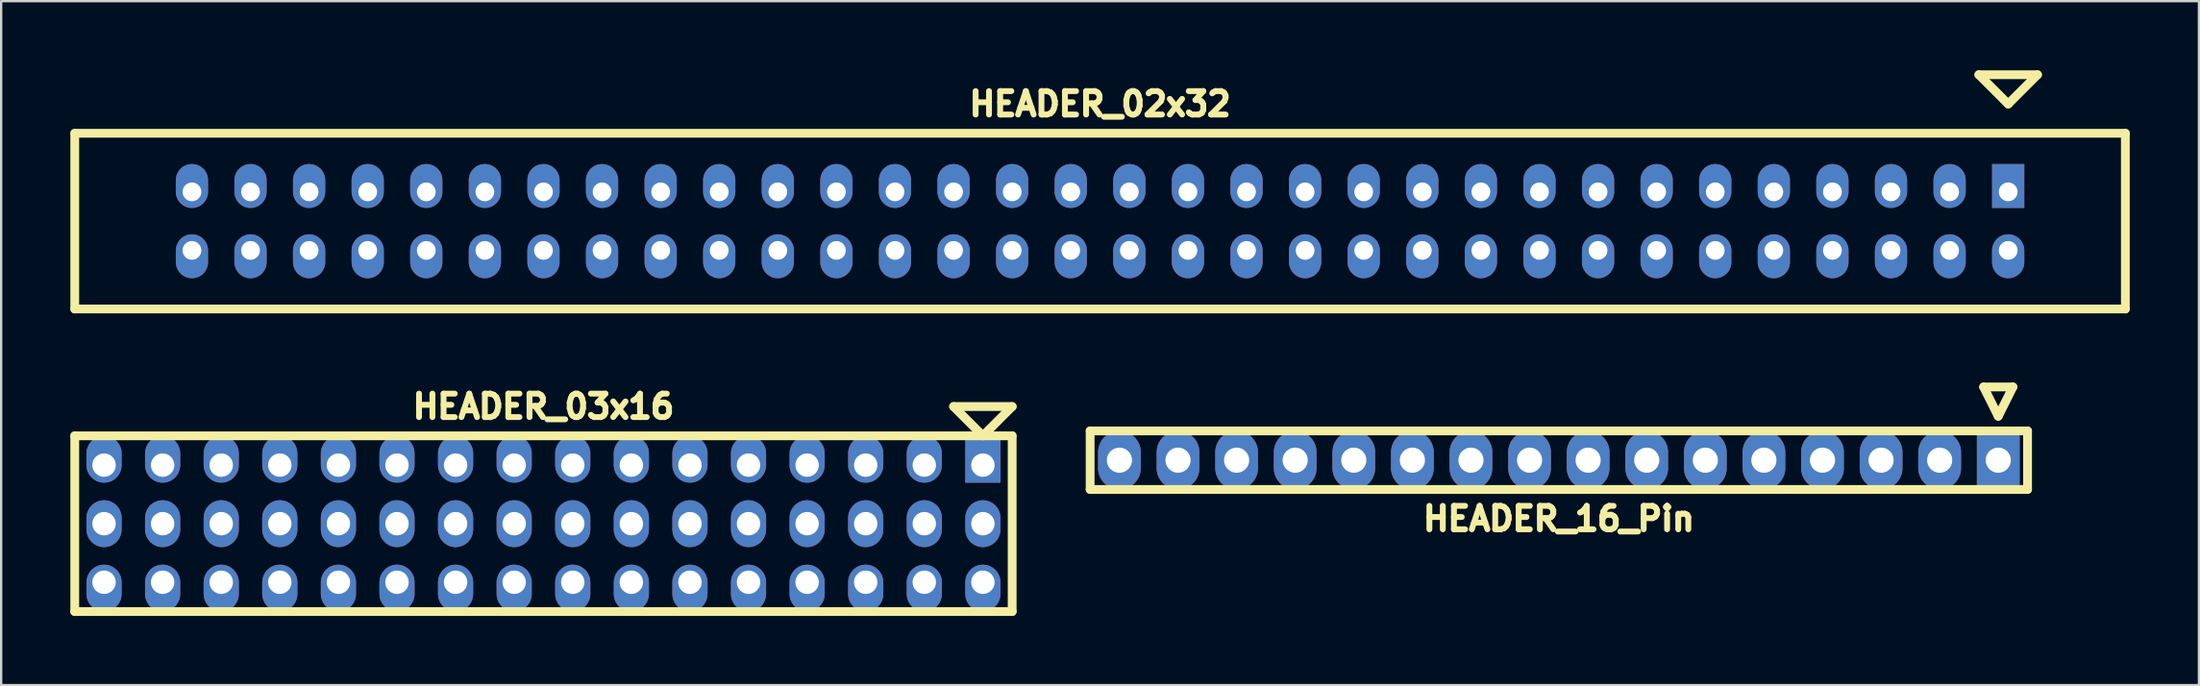
<source format=kicad_pcb>
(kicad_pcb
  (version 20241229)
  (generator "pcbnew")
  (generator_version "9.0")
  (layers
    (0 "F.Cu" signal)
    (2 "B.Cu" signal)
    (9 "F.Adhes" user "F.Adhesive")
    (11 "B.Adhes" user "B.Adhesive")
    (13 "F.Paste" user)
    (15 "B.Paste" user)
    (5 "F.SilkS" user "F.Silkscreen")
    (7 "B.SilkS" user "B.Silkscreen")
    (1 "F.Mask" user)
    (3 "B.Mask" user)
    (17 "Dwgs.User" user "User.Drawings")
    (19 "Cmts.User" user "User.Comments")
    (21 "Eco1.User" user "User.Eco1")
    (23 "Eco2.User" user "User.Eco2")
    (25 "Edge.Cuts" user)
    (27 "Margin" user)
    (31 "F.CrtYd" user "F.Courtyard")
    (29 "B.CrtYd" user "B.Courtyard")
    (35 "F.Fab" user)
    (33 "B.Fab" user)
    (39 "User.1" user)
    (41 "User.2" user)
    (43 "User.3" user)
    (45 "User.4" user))
  (footprint "HEADER_02x32"
    (layer "F.Cu")
    (at 44.641 6.54)
    (property "Reference" "HEADER_02x32" (at 0 -5.08 0) (layer "F.SilkS") (effects (font (size 1.016 1.016) (thickness 0.254))))
    (property "Value" "${VALUE}" (at 0 5.08 0) (layer "F.SilkS") (hide yes) (effects (font (size 1.016 1.016) (thickness 0.254))))
    (attr through_hole)
    (fp_line (start -44.45 -3.81) (end -44.45 3.81) (stroke (width 0.381) (type solid)) (layer "F.SilkS"))
    (fp_line (start -44.45 3.81) (end 44.45 3.81) (stroke (width 0.381) (type solid)) (layer "F.SilkS"))
    (fp_line (start 38.1 -6.35) (end 40.64 -6.35) (stroke (width 0.381) (type solid)) (layer "F.SilkS"))
    (fp_line (start 39.37 -5.08) (end 38.1 -6.35) (stroke (width 0.381) (type solid)) (layer "F.SilkS"))
    (fp_line (start 40.64 -6.35) (end 39.37 -5.08) (stroke (width 0.381) (type solid)) (layer "F.SilkS"))
    (fp_line (start 44.45 -3.81) (end -44.45 -3.81) (stroke (width 0.381) (type solid)) (layer "F.SilkS"))
    (fp_line (start 44.45 3.81) (end 44.45 -3.81) (stroke (width 0.381) (type solid)) (layer "F.SilkS"))
    (pad "1" thru_hole rect (at 39.37 -1.27) (size 1.397 1.905) (drill 0.813 (offset 0 -0.254)) (layers "*.Cu" "*.Mask"))
    (pad "2" thru_hole oval (at 39.37 1.27) (size 1.397 1.905) (drill 0.813 (offset 0 0.254)) (layers "*.Cu" "*.Mask"))
    (pad "3" thru_hole oval (at 36.83 -1.27) (size 1.397 1.905) (drill 0.813 (offset 0 -0.254)) (layers "*.Cu" "*.Mask"))
    (pad "4" thru_hole oval (at 36.83 1.27) (size 1.397 1.905) (drill 0.813 (offset 0 0.254)) (layers "*.Cu" "*.Mask"))
    (pad "5" thru_hole oval (at 34.29 -1.27) (size 1.397 1.905) (drill 0.813 (offset 0 -0.254)) (layers "*.Cu" "*.Mask"))
    (pad "6" thru_hole oval (at 34.29 1.27) (size 1.397 1.905) (drill 0.813 (offset 0 0.254)) (layers "*.Cu" "*.Mask"))
    (pad "7" thru_hole oval (at 31.75 -1.27) (size 1.397 1.905) (drill 0.813 (offset 0 -0.254)) (layers "*.Cu" "*.Mask"))
    (pad "8" thru_hole oval (at 31.75 1.27) (size 1.397 1.905) (drill 0.813 (offset 0 0.254)) (layers "*.Cu" "*.Mask"))
    (pad "9" thru_hole oval (at 29.21 -1.27) (size 1.397 1.905) (drill 0.813 (offset 0 -0.254)) (layers "*.Cu" "*.Mask"))
    (pad "10" thru_hole oval (at 29.21 1.27) (size 1.397 1.905) (drill 0.813 (offset 0 0.254)) (layers "*.Cu" "*.Mask"))
    (pad "11" thru_hole oval (at 26.67 -1.27) (size 1.397 1.905) (drill 0.813 (offset 0 -0.254)) (layers "*.Cu" "*.Mask"))
    (pad "12" thru_hole oval (at 26.67 1.27) (size 1.397 1.905) (drill 0.813 (offset 0 0.254)) (layers "*.Cu" "*.Mask"))
    (pad "13" thru_hole oval (at 24.13 -1.27) (size 1.397 1.905) (drill 0.813 (offset 0 -0.254)) (layers "*.Cu" "*.Mask"))
    (pad "14" thru_hole oval (at 24.13 1.27) (size 1.397 1.905) (drill 0.813 (offset 0 0.254)) (layers "*.Cu" "*.Mask"))
    (pad "15" thru_hole oval (at 21.59 -1.27) (size 1.397 1.905) (drill 0.813 (offset 0 -0.254)) (layers "*.Cu" "*.Mask"))
    (pad "16" thru_hole oval (at 21.59 1.27) (size 1.397 1.905) (drill 0.813 (offset 0 0.254)) (layers "*.Cu" "*.Mask"))
    (pad "17" thru_hole oval (at 19.05 -1.27) (size 1.397 1.905) (drill 0.813 (offset 0 -0.254)) (layers "*.Cu" "*.Mask"))
    (pad "18" thru_hole oval (at 19.05 1.27) (size 1.397 1.905) (drill 0.813 (offset 0 0.254)) (layers "*.Cu" "*.Mask"))
    (pad "19" thru_hole oval (at 16.51 -1.27) (size 1.397 1.905) (drill 0.813 (offset 0 -0.254)) (layers "*.Cu" "*.Mask"))
    (pad "20" thru_hole oval (at 16.51 1.27) (size 1.397 1.905) (drill 0.813 (offset 0 0.254)) (layers "*.Cu" "*.Mask"))
    (pad "21" thru_hole oval (at 13.97 -1.27) (size 1.397 1.905) (drill 0.813 (offset 0 -0.254)) (layers "*.Cu" "*.Mask"))
    (pad "22" thru_hole oval (at 13.97 1.27) (size 1.397 1.905) (drill 0.813 (offset 0 0.254)) (layers "*.Cu" "*.Mask"))
    (pad "23" thru_hole oval (at 11.43 -1.27) (size 1.397 1.905) (drill 0.813 (offset 0 -0.254)) (layers "*.Cu" "*.Mask"))
    (pad "24" thru_hole oval (at 11.43 1.27) (size 1.397 1.905) (drill 0.813 (offset 0 0.254)) (layers "*.Cu" "*.Mask"))
    (pad "25" thru_hole oval (at 8.89 -1.27) (size 1.397 1.905) (drill 0.813 (offset 0 -0.254)) (layers "*.Cu" "*.Mask"))
    (pad "26" thru_hole oval (at 8.89 1.27) (size 1.397 1.905) (drill 0.813 (offset 0 0.254)) (layers "*.Cu" "*.Mask"))
    (pad "27" thru_hole oval (at 6.35 -1.27) (size 1.397 1.905) (drill 0.813 (offset 0 -0.254)) (layers "*.Cu" "*.Mask"))
    (pad "28" thru_hole oval (at 6.35 1.27) (size 1.397 1.905) (drill 0.813 (offset 0 0.254)) (layers "*.Cu" "*.Mask"))
    (pad "29" thru_hole oval (at 3.81 -1.27) (size 1.397 1.905) (drill 0.813 (offset 0 -0.254)) (layers "*.Cu" "*.Mask"))
    (pad "30" thru_hole oval (at 3.81 1.27) (size 1.397 1.905) (drill 0.813 (offset 0 0.254)) (layers "*.Cu" "*.Mask"))
    (pad "31" thru_hole oval (at 1.27 -1.27) (size 1.397 1.905) (drill 0.813 (offset 0 -0.254)) (layers "*.Cu" "*.Mask"))
    (pad "32" thru_hole oval (at 1.27 1.27) (size 1.397 1.905) (drill 0.813 (offset 0 0.254)) (layers "*.Cu" "*.Mask"))
    (pad "33" thru_hole oval (at -1.27 -1.27) (size 1.397 1.905) (drill 0.813 (offset 0 -0.254)) (layers "*.Cu" "*.Mask"))
    (pad "34" thru_hole oval (at -1.27 1.27) (size 1.397 1.905) (drill 0.813 (offset 0 0.254)) (layers "*.Cu" "*.Mask"))
    (pad "35" thru_hole oval (at -3.81 -1.27) (size 1.397 1.905) (drill 0.813 (offset 0 -0.254)) (layers "*.Cu" "*.Mask"))
    (pad "36" thru_hole oval (at -3.81 1.27) (size 1.397 1.905) (drill 0.813 (offset 0 0.254)) (layers "*.Cu" "*.Mask"))
    (pad "37" thru_hole oval (at -6.35 -1.27) (size 1.397 1.905) (drill 0.813 (offset 0 -0.254)) (layers "*.Cu" "*.Mask"))
    (pad "38" thru_hole oval (at -6.35 1.27) (size 1.397 1.905) (drill 0.813 (offset 0 0.254)) (layers "*.Cu" "*.Mask"))
    (pad "39" thru_hole oval (at -8.89 -1.27) (size 1.397 1.905) (drill 0.813 (offset 0 -0.254)) (layers "*.Cu" "*.Mask"))
    (pad "40" thru_hole oval (at -8.89 1.27) (size 1.397 1.905) (drill 0.813 (offset 0 0.254)) (layers "*.Cu" "*.Mask"))
    (pad "41" thru_hole oval (at -11.43 -1.27) (size 1.397 1.905) (drill 0.813 (offset 0 -0.254)) (layers "*.Cu" "*.Mask"))
    (pad "42" thru_hole oval (at -11.43 1.27) (size 1.397 1.905) (drill 0.813 (offset 0 0.254)) (layers "*.Cu" "*.Mask"))
    (pad "43" thru_hole oval (at -13.97 -1.27) (size 1.397 1.905) (drill 0.813 (offset 0 -0.254)) (layers "*.Cu" "*.Mask"))
    (pad "44" thru_hole oval (at -13.97 1.27) (size 1.397 1.905) (drill 0.813 (offset 0 0.254)) (layers "*.Cu" "*.Mask"))
    (pad "45" thru_hole oval (at -16.51 -1.27) (size 1.397 1.905) (drill 0.813 (offset 0 -0.254)) (layers "*.Cu" "*.Mask"))
    (pad "46" thru_hole oval (at -16.51 1.27) (size 1.397 1.905) (drill 0.813 (offset 0 0.254)) (layers "*.Cu" "*.Mask"))
    (pad "47" thru_hole oval (at -19.05 -1.27) (size 1.397 1.905) (drill 0.813 (offset 0 -0.254)) (layers "*.Cu" "*.Mask"))
    (pad "48" thru_hole oval (at -19.05 1.27) (size 1.397 1.905) (drill 0.813 (offset 0 0.254)) (layers "*.Cu" "*.Mask"))
    (pad "49" thru_hole oval (at -21.59 -1.27) (size 1.397 1.905) (drill 0.813 (offset 0 -0.254)) (layers "*.Cu" "*.Mask"))
    (pad "50" thru_hole oval (at -21.59 1.27) (size 1.397 1.905) (drill 0.813 (offset 0 0.254)) (layers "*.Cu" "*.Mask"))
    (pad "51" thru_hole oval (at -24.13 -1.27) (size 1.397 1.905) (drill 0.813 (offset 0 -0.254)) (layers "*.Cu" "*.Mask"))
    (pad "52" thru_hole oval (at -24.13 1.27) (size 1.397 1.905) (drill 0.813 (offset 0 0.254)) (layers "*.Cu" "*.Mask"))
    (pad "53" thru_hole oval (at -26.67 -1.27) (size 1.397 1.905) (drill 0.813 (offset 0 -0.254)) (layers "*.Cu" "*.Mask"))
    (pad "54" thru_hole oval (at -26.67 1.27) (size 1.397 1.905) (drill 0.813 (offset 0 0.254)) (layers "*.Cu" "*.Mask"))
    (pad "55" thru_hole oval (at -29.21 -1.27) (size 1.397 1.905) (drill 0.813 (offset 0 -0.254)) (layers "*.Cu" "*.Mask"))
    (pad "56" thru_hole oval (at -29.21 1.27) (size 1.397 1.905) (drill 0.813 (offset 0 0.254)) (layers "*.Cu" "*.Mask"))
    (pad "57" thru_hole oval (at -31.75 -1.27) (size 1.397 1.905) (drill 0.813 (offset 0 -0.254)) (layers "*.Cu" "*.Mask"))
    (pad "58" thru_hole oval (at -31.75 1.27) (size 1.397 1.905) (drill 0.813 (offset 0 0.254)) (layers "*.Cu" "*.Mask"))
    (pad "59" thru_hole oval (at -34.29 -1.27) (size 1.397 1.905) (drill 0.813 (offset 0 -0.254)) (layers "*.Cu" "*.Mask"))
    (pad "60" thru_hole oval (at -34.29 1.27) (size 1.397 1.905) (drill 0.813 (offset 0 0.254)) (layers "*.Cu" "*.Mask"))
    (pad "61" thru_hole oval (at -36.83 -1.27) (size 1.397 1.905) (drill 0.813 (offset 0 -0.254)) (layers "*.Cu" "*.Mask"))
    (pad "62" thru_hole oval (at -36.83 1.27) (size 1.397 1.905) (drill 0.813 (offset 0 0.254)) (layers "*.Cu" "*.Mask"))
    (pad "63" thru_hole oval (at -39.37 -1.27) (size 1.397 1.905) (drill 0.813 (offset 0 -0.254)) (layers "*.Cu" "*.Mask"))
    (pad "64" thru_hole oval (at -39.37 1.27) (size 1.397 1.905) (drill 0.813 (offset 0 0.254)) (layers "*.Cu" "*.Mask")))
  (footprint "HEADER_16_Pin"
    (layer "F.Cu")
    (at 64.531 16.907)
    (property "Reference" "HEADER_16_Pin" (at 0 2.54 180) (layer "F.SilkS") (effects (font (size 1.016 1.016) (thickness 0.254))))
    (property "Value" "${VALUE}" (at 0 -3.175 0) (layer "F.SilkS") (hide yes) (effects (font (size 1.524 1.524) (thickness 0.305))))
    (attr through_hole)
    (fp_line (start -20.32 -1.27) (end -20.32 1.27) (stroke (width 0.381) (type solid)) (layer "F.SilkS"))
    (fp_line (start -20.32 1.27) (end 20.32 1.27) (stroke (width 0.381) (type solid)) (layer "F.SilkS"))
    (fp_line (start 18.415 -3.175) (end 19.05 -1.905) (stroke (width 0.381) (type solid)) (layer "F.SilkS"))
    (fp_line (start 19.05 -1.905) (end 19.685 -3.175) (stroke (width 0.381) (type solid)) (layer "F.SilkS"))
    (fp_line (start 19.685 -3.175) (end 18.415 -3.175) (stroke (width 0.381) (type solid)) (layer "F.SilkS"))
    (fp_line (start 20.32 -1.27) (end -20.32 -1.27) (stroke (width 0.381) (type solid)) (layer "F.SilkS"))
    (fp_line (start 20.32 1.27) (end 20.32 -1.27) (stroke (width 0.381) (type solid)) (layer "F.SilkS"))
    (pad "1" thru_hole rect (at 19.05 0) (size 1.854 2.54) (drill 1.092) (layers "*.Cu" "*.Mask"))
    (pad "2" thru_hole oval (at 16.51 0) (size 1.854 2.54) (drill 1.092) (layers "*.Cu" "*.Mask"))
    (pad "3" thru_hole oval (at 13.97 0) (size 1.854 2.54) (drill 1.092) (layers "*.Cu" "*.Mask"))
    (pad "4" thru_hole oval (at 11.43 0) (size 1.854 2.54) (drill 1.092) (layers "*.Cu" "*.Mask"))
    (pad "5" thru_hole oval (at 8.89 0) (size 1.854 2.54) (drill 1.092) (layers "*.Cu" "*.Mask"))
    (pad "6" thru_hole oval (at 6.35 0) (size 1.854 2.54) (drill 1.092) (layers "*.Cu" "*.Mask"))
    (pad "7" thru_hole oval (at 3.81 0) (size 1.854 2.54) (drill 1.092) (layers "*.Cu" "*.Mask"))
    (pad "8" thru_hole oval (at 1.27 0) (size 1.854 2.54) (drill 1.092) (layers "*.Cu" "*.Mask"))
    (pad "9" thru_hole oval (at -1.27 0) (size 1.854 2.54) (drill 1.092) (layers "*.Cu" "*.Mask"))
    (pad "10" thru_hole oval (at -3.81 0) (size 1.854 2.54) (drill 1.092) (layers "*.Cu" "*.Mask"))
    (pad "11" thru_hole oval (at -6.35 0) (size 1.854 2.54) (drill 1.092) (layers "*.Cu" "*.Mask"))
    (pad "12" thru_hole oval (at -8.89 0) (size 1.854 2.54) (drill 1.092) (layers "*.Cu" "*.Mask"))
    (pad "13" thru_hole oval (at -11.43 0) (size 1.854 2.54) (drill 1.092) (layers "*.Cu" "*.Mask"))
    (pad "14" thru_hole oval (at -13.97 0) (size 1.854 2.54) (drill 1.092) (layers "*.Cu" "*.Mask"))
    (pad "15" thru_hole oval (at -16.51 0) (size 1.854 2.54) (drill 1.092) (layers "*.Cu" "*.Mask"))
    (pad "16" thru_hole oval (at -19.05 0) (size 1.854 2.54) (drill 1.092) (layers "*.Cu" "*.Mask")))
  (footprint "HEADER_03x16"
    (layer "F.Cu")
    (at 20.511 19.661)
    (property "Reference" "HEADER_03x16" (at 0 -5.08 0) (layer "F.SilkS") (effects (font (size 1.016 1.016) (thickness 0.254))))
    (property "Value" "${VALUE}" (at 0 5.08 0) (layer "F.SilkS") (hide yes) (effects (font (size 1.016 1.016) (thickness 0.254))))
    (attr through_hole)
    (fp_line (start -20.32 -3.81) (end 20.32 -3.81) (stroke (width 0.381) (type solid)) (layer "F.SilkS"))
    (fp_line (start -20.32 3.81) (end -20.32 -3.81) (stroke (width 0.381) (type solid)) (layer "F.SilkS"))
    (fp_line (start 17.78 -5.08) (end 19.05 -3.81) (stroke (width 0.381) (type solid)) (layer "F.SilkS"))
    (fp_line (start 19.05 -3.81) (end 20.32 -5.08) (stroke (width 0.381) (type solid)) (layer "F.SilkS"))
    (fp_line (start 20.32 -5.08) (end 17.78 -5.08) (stroke (width 0.381) (type solid)) (layer "F.SilkS"))
    (fp_line (start 20.32 -3.81) (end 20.32 3.81) (stroke (width 0.381) (type solid)) (layer "F.SilkS"))
    (fp_line (start 20.32 3.81) (end -20.32 3.81) (stroke (width 0.381) (type solid)) (layer "F.SilkS"))
    (pad "1" thru_hole rect (at 19.05 -2.54) (size 1.524 2.032) (drill 1.016 (offset 0 -0.254)) (layers "*.Cu" "*.Mask"))
    (pad "2" thru_hole oval (at 19.05 0) (size 1.524 2.032) (drill 1.016) (layers "*.Cu" "*.Mask"))
    (pad "3" thru_hole oval (at 19.05 2.54) (size 1.524 2.032) (drill 1.016 (offset 0 0.254)) (layers "*.Cu" "*.Mask"))
    (pad "4" thru_hole oval (at 16.51 -2.54) (size 1.524 2.032) (drill 1.016 (offset 0 -0.254)) (layers "*.Cu" "*.Mask"))
    (pad "5" thru_hole oval (at 16.51 0) (size 1.524 2.032) (drill 1.016) (layers "*.Cu" "*.Mask"))
    (pad "6" thru_hole oval (at 16.51 2.54) (size 1.524 2.032) (drill 1.016 (offset 0 0.254)) (layers "*.Cu" "*.Mask"))
    (pad "7" thru_hole oval (at 13.97 -2.54) (size 1.524 2.032) (drill 1.016 (offset 0 -0.254)) (layers "*.Cu" "*.Mask"))
    (pad "8" thru_hole oval (at 13.97 0) (size 1.524 2.032) (drill 1.016) (layers "*.Cu" "*.Mask"))
    (pad "9" thru_hole oval (at 13.97 2.54) (size 1.524 2.032) (drill 1.016 (offset 0 0.254)) (layers "*.Cu" "*.Mask"))
    (pad "10" thru_hole oval (at 11.43 -2.54) (size 1.524 2.032) (drill 1.016 (offset 0 -0.254)) (layers "*.Cu" "*.Mask"))
    (pad "11" thru_hole oval (at 11.43 0) (size 1.524 2.032) (drill 1.016) (layers "*.Cu" "*.Mask"))
    (pad "12" thru_hole oval (at 11.43 2.54) (size 1.524 2.032) (drill 1.016 (offset 0 0.254)) (layers "*.Cu" "*.Mask"))
    (pad "13" thru_hole oval (at 8.89 -2.54) (size 1.524 2.032) (drill 1.016 (offset 0 -0.254)) (layers "*.Cu" "*.Mask"))
    (pad "14" thru_hole oval (at 8.89 0) (size 1.524 2.032) (drill 1.016) (layers "*.Cu" "*.Mask"))
    (pad "15" thru_hole oval (at 8.89 2.54) (size 1.524 2.032) (drill 1.016 (offset 0 0.254)) (layers "*.Cu" "*.Mask"))
    (pad "16" thru_hole oval (at 6.35 -2.54) (size 1.524 2.032) (drill 1.016 (offset 0 -0.254)) (layers "*.Cu" "*.Mask"))
    (pad "17" thru_hole oval (at 6.35 0) (size 1.524 2.032) (drill 1.016) (layers "*.Cu" "*.Mask"))
    (pad "18" thru_hole oval (at 6.35 2.54) (size 1.524 2.032) (drill 1.016 (offset 0 0.254)) (layers "*.Cu" "*.Mask"))
    (pad "19" thru_hole oval (at 3.81 -2.54) (size 1.524 2.032) (drill 1.016 (offset 0 -0.254)) (layers "*.Cu" "*.Mask"))
    (pad "20" thru_hole oval (at 3.81 0) (size 1.524 2.032) (drill 1.016) (layers "*.Cu" "*.Mask"))
    (pad "21" thru_hole oval (at 3.81 2.54) (size 1.524 2.032) (drill 1.016 (offset 0 0.254)) (layers "*.Cu" "*.Mask"))
    (pad "22" thru_hole oval (at 1.27 -2.54) (size 1.524 2.032) (drill 1.016 (offset 0 -0.254)) (layers "*.Cu" "*.Mask"))
    (pad "23" thru_hole oval (at 1.27 0) (size 1.524 2.032) (drill 1.016) (layers "*.Cu" "*.Mask"))
    (pad "24" thru_hole oval (at 1.27 2.54) (size 1.524 2.032) (drill 1.016 (offset 0 0.254)) (layers "*.Cu" "*.Mask"))
    (pad "25" thru_hole oval (at -1.27 -2.54) (size 1.524 2.032) (drill 1.016 (offset 0 -0.254)) (layers "*.Cu" "*.Mask"))
    (pad "26" thru_hole oval (at -1.27 0) (size 1.524 2.032) (drill 1.016) (layers "*.Cu" "*.Mask"))
    (pad "27" thru_hole oval (at -1.27 2.54) (size 1.524 2.032) (drill 1.016 (offset 0 0.254)) (layers "*.Cu" "*.Mask"))
    (pad "28" thru_hole oval (at -3.81 -2.54) (size 1.524 2.032) (drill 1.016 (offset 0 -0.254)) (layers "*.Cu" "*.Mask"))
    (pad "29" thru_hole oval (at -3.81 0) (size 1.524 2.032) (drill 1.016) (layers "*.Cu" "*.Mask"))
    (pad "30" thru_hole oval (at -3.81 2.54) (size 1.524 2.032) (drill 1.016 (offset 0 0.254)) (layers "*.Cu" "*.Mask"))
    (pad "31" thru_hole oval (at -6.35 -2.54) (size 1.524 2.032) (drill 1.016 (offset 0 -0.254)) (layers "*.Cu" "*.Mask"))
    (pad "32" thru_hole oval (at -6.35 0) (size 1.524 2.032) (drill 1.016) (layers "*.Cu" "*.Mask"))
    (pad "33" thru_hole oval (at -6.35 2.54) (size 1.524 2.032) (drill 1.016 (offset 0 0.254)) (layers "*.Cu" "*.Mask"))
    (pad "34" thru_hole oval (at -8.89 -2.54) (size 1.524 2.032) (drill 1.016 (offset 0 -0.254)) (layers "*.Cu" "*.Mask"))
    (pad "35" thru_hole oval (at -8.89 0) (size 1.524 2.032) (drill 1.016) (layers "*.Cu" "*.Mask"))
    (pad "36" thru_hole oval (at -8.89 2.54) (size 1.524 2.032) (drill 1.016 (offset 0 0.254)) (layers "*.Cu" "*.Mask"))
    (pad "37" thru_hole oval (at -11.43 -2.54) (size 1.524 2.032) (drill 1.016 (offset 0 -0.254)) (layers "*.Cu" "*.Mask"))
    (pad "38" thru_hole oval (at -11.43 0) (size 1.524 2.032) (drill 1.016) (layers "*.Cu" "*.Mask"))
    (pad "39" thru_hole oval (at -11.43 2.54) (size 1.524 2.032) (drill 1.016 (offset 0 0.254)) (layers "*.Cu" "*.Mask"))
    (pad "40" thru_hole oval (at -13.97 -2.54) (size 1.524 2.032) (drill 1.016 (offset 0 -0.254)) (layers "*.Cu" "*.Mask"))
    (pad "41" thru_hole oval (at -13.97 0) (size 1.524 2.032) (drill 1.016) (layers "*.Cu" "*.Mask"))
    (pad "42" thru_hole oval (at -13.97 2.54) (size 1.524 2.032) (drill 1.016 (offset 0 0.254)) (layers "*.Cu" "*.Mask"))
    (pad "43" thru_hole oval (at -16.51 -2.54) (size 1.524 2.032) (drill 1.016 (offset 0 -0.254)) (layers "*.Cu" "*.Mask"))
    (pad "44" thru_hole oval (at -16.51 0) (size 1.524 2.032) (drill 1.016) (layers "*.Cu" "*.Mask"))
    (pad "45" thru_hole oval (at -16.51 2.54) (size 1.524 2.032) (drill 1.016 (offset 0 0.254)) (layers "*.Cu" "*.Mask"))
    (pad "46" thru_hole oval (at -19.05 -2.54) (size 1.524 2.032) (drill 1.016 (offset 0 -0.254)) (layers "*.Cu" "*.Mask"))
    (pad "47" thru_hole oval (at -19.05 0) (size 1.524 2.032) (drill 1.016) (layers "*.Cu" "*.Mask"))
    (pad "48" thru_hole oval (at -19.05 2.54) (size 1.524 2.032) (drill 1.016 (offset 0 0.254)) (layers "*.Cu" "*.Mask")))
  (gr_rect
    (start -3 -3)
    (end 92.281 26.662)
    (stroke (width 0.1) (type default))
    (fill no)
    (layer "Edge.Cuts")))
</source>
